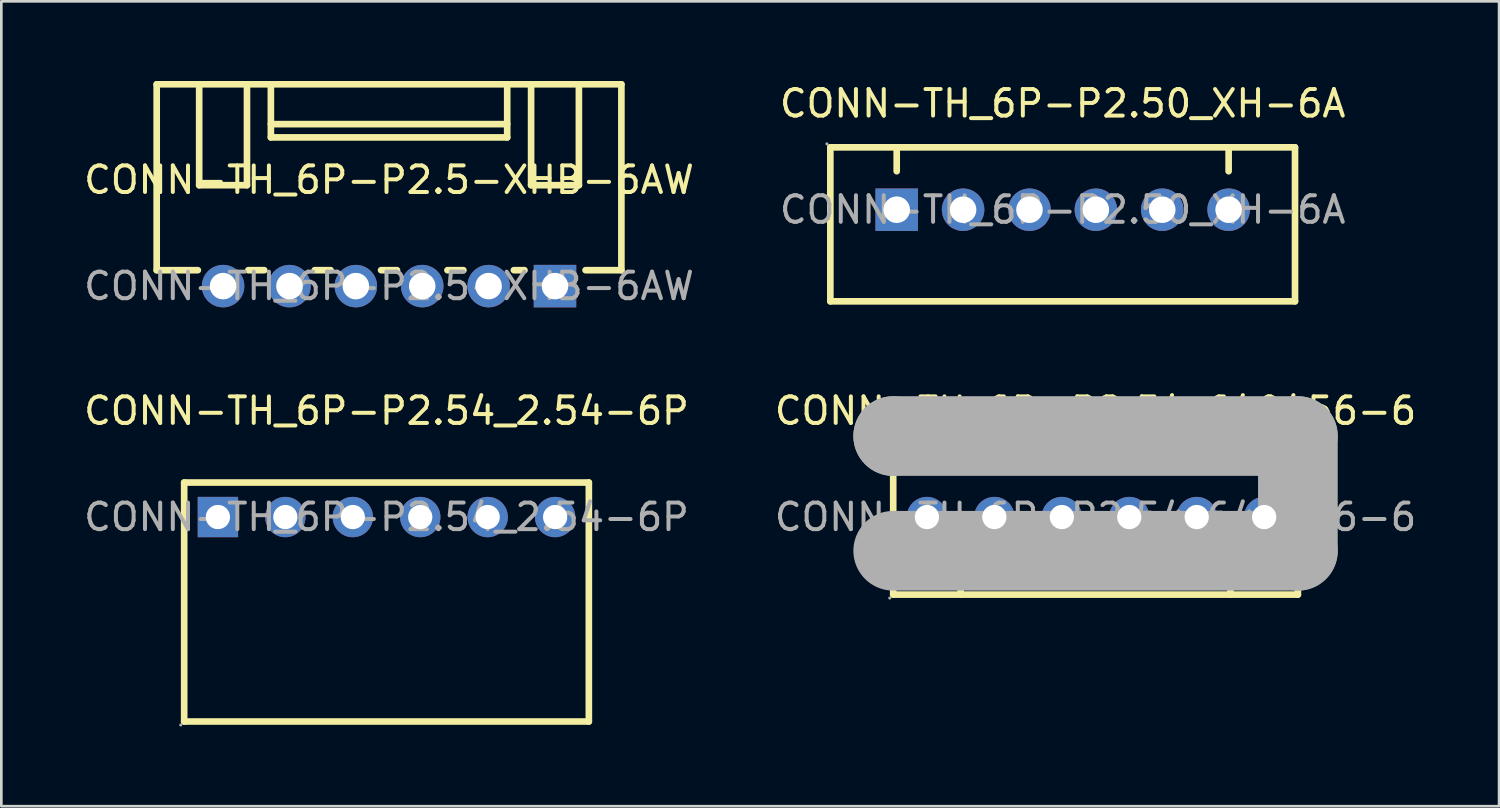
<source format=kicad_pcb>
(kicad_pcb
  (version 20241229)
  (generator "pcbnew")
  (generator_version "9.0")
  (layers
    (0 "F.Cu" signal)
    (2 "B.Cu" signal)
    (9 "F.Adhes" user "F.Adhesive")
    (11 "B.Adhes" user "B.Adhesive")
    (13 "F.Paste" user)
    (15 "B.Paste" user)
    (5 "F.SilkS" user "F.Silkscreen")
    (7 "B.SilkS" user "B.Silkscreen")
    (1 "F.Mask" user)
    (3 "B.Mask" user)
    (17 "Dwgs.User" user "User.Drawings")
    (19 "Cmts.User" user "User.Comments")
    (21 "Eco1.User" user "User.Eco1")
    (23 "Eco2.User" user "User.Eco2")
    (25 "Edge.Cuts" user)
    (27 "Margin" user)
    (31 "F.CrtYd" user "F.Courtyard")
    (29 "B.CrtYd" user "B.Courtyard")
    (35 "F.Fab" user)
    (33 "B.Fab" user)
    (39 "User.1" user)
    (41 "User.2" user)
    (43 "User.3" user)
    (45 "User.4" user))
  (footprint "CONN-TH_6P-P2.5-XHB-6AW"
    (layer "F.Cu")
    (at 11.601 7.725)
    (property "Reference" "CONN-TH_6P-P2.5-XHB-6AW" (at 0 -4 0) (layer "F.SilkS") (effects (font (size 1 1) (thickness 0.15))))
    (attr through_hole)
    (fp_line (start -8.75 -0.6) (end -8.75 -7.6) (stroke (width 0.25) (type solid)) (layer "F.SilkS"))
    (fp_line (start -8.75 -0.6) (end -7.2 -0.6) (stroke (width 0.25) (type solid)) (layer "F.SilkS"))
    (fp_line (start -7.15 -7.6) (end -7.15 -3.8) (stroke (width 0.25) (type solid)) (layer "F.SilkS"))
    (fp_line (start -7.15 -3.8) (end -5.35 -3.8) (stroke (width 0.25) (type solid)) (layer "F.SilkS"))
    (fp_line (start -5.35 -7.6) (end -5.35 -3.8) (stroke (width 0.25) (type solid)) (layer "F.SilkS"))
    (fp_line (start -5.3 -0.6) (end -4.7 -0.6) (stroke (width 0.25) (type solid)) (layer "F.SilkS"))
    (fp_line (start -4.45 -6.1) (end 4.45 -6.1) (stroke (width 0.25) (type solid)) (layer "F.SilkS"))
    (fp_line (start -4.45 -5.6) (end -4.45 -7.6) (stroke (width 0.25) (type solid)) (layer "F.SilkS"))
    (fp_line (start -4.45 -5.6) (end 4.45 -5.6) (stroke (width 0.25) (type solid)) (layer "F.SilkS"))
    (fp_line (start -2.8 -0.6) (end -2.2 -0.6) (stroke (width 0.25) (type solid)) (layer "F.SilkS"))
    (fp_line (start -0.3 -0.6) (end 0.3 -0.6) (stroke (width 0.25) (type solid)) (layer "F.SilkS"))
    (fp_line (start 2.2 -0.6) (end 2.8 -0.6) (stroke (width 0.25) (type solid)) (layer "F.SilkS"))
    (fp_line (start 4.45 -5.6) (end 4.45 -7.6) (stroke (width 0.25) (type solid)) (layer "F.SilkS"))
    (fp_line (start 4.7 -0.6) (end 5.1 -0.6) (stroke (width 0.25) (type solid)) (layer "F.SilkS"))
    (fp_line (start 5.35 -7.6) (end 5.35 -3.8) (stroke (width 0.25) (type solid)) (layer "F.SilkS"))
    (fp_line (start 5.35 -3.8) (end 7.15 -3.8) (stroke (width 0.25) (type solid)) (layer "F.SilkS"))
    (fp_line (start 7.15 -7.6) (end 7.15 -3.8) (stroke (width 0.25) (type solid)) (layer "F.SilkS"))
    (fp_line (start 7.4 -0.6) (end 8.75 -0.6) (stroke (width 0.25) (type solid)) (layer "F.SilkS"))
    (fp_line (start 8.75 -7.6) (end -8.75 -7.6) (stroke (width 0.25) (type solid)) (layer "F.SilkS"))
    (fp_line (start 8.75 -0.6) (end 8.75 -7.6) (stroke (width 0.25) (type solid)) (layer "F.SilkS"))
    (fp_circle (center 8.75 0.32) (end 8.78 0.32) (stroke (width 0.06) (type solid)) (fill no) (layer "F.Fab"))
    (fp_text user "${REFERENCE}" (at 0 0 0) (layer "F.Fab") (effects (font (size 1 1) (thickness 0.15))))
    (pad "1" thru_hole rect (at 6.25 0) (size 1.6 1.6) (drill 1) (layers "*.Cu" "*.Paste" "*.Mask"))
    (pad "2" thru_hole circle (at 3.75 0) (size 1.6 1.6) (drill 1) (layers "*.Cu" "*.Paste" "*.Mask"))
    (pad "3" thru_hole circle (at 1.25 0) (size 1.6 1.6) (drill 1) (layers "*.Cu" "*.Paste" "*.Mask"))
    (pad "4" thru_hole circle (at -1.25 0) (size 1.6 1.6) (drill 1) (layers "*.Cu" "*.Paste" "*.Mask"))
    (pad "5" thru_hole circle (at -3.75 0) (size 1.6 1.6) (drill 1) (layers "*.Cu" "*.Paste" "*.Mask"))
    (pad "6" thru_hole circle (at -6.25 0) (size 1.6 1.6) (drill 1) (layers "*.Cu" "*.Paste" "*.Mask")))
  (footprint "CONN-TH_6P-P2.54_640456-6"
    (layer "F.Cu")
    (at 38.208 16.422)
    (property "Reference" "CONN-TH_6P-P2.54_640456-6" (at 0 -4 0) (layer "F.SilkS") (effects (font (size 1 1) (thickness 0.15))))
    (attr through_hole)
    (fp_line (start -7.62 -3.05) (end -7.62 1.27) (stroke (width 0.25) (type solid)) (layer "F.SilkS"))
    (fp_line (start -7.62 1.27) (end -7.62 2.92) (stroke (width 0.25) (type solid)) (layer "F.SilkS"))
    (fp_line (start -7.62 2.92) (end 7.62 2.92) (stroke (width 0.25) (type solid)) (layer "F.SilkS"))
    (fp_line (start -5.08 1.27) (end -5.08 2.92) (stroke (width 0.25) (type solid)) (layer "F.SilkS"))
    (fp_line (start 5.08 1.27) (end 5.08 2.92) (stroke (width 0.25) (type solid)) (layer "F.SilkS"))
    (fp_line (start 7.62 -3.05) (end -7.62 -3.05) (stroke (width 0.25) (type solid)) (layer "F.SilkS"))
    (fp_line (start 7.62 2.92) (end 7.62 -3.05) (stroke (width 0.25) (type solid)) (layer "F.SilkS"))
    (fp_line (start -7.62 -3.05) (end -7.62 -3.05) (stroke (width 3) (type solid)) (layer "F.Fab"))
    (fp_line (start -7.62 -3.05) (end 7.62 -3.05) (stroke (width 3) (type solid)) (layer "F.Fab"))
    (fp_line (start 7.62 -3.05) (end 7.62 1.27) (stroke (width 3) (type solid)) (layer "F.Fab"))
    (fp_line (start 7.62 1.27) (end -7.62 1.27) (stroke (width 3) (type solid)) (layer "F.Fab"))
    (fp_circle (center -7.75 3.05) (end -7.72 3.05) (stroke (width 0.06) (type solid)) (fill no) (layer "F.Fab"))
    (fp_circle (center -6.35 0) (end -6.17 0) (stroke (width 0.36) (type solid)) (fill no) (layer "F.Fab"))
    (fp_circle (center -3.81 0) (end -3.63 0) (stroke (width 0.36) (type solid)) (fill no) (layer "F.Fab"))
    (fp_circle (center -1.27 0) (end -1.09 0) (stroke (width 0.36) (type solid)) (fill no) (layer "F.Fab"))
    (fp_circle (center 1.27 0) (end 1.45 0) (stroke (width 0.36) (type solid)) (fill no) (layer "F.Fab"))
    (fp_circle (center 3.81 0) (end 3.99 0) (stroke (width 0.36) (type solid)) (fill no) (layer "F.Fab"))
    (fp_circle (center 6.35 0) (end 6.53 0) (stroke (width 0.36) (type solid)) (fill no) (layer "F.Fab"))
    (fp_text user "${REFERENCE}" (at 0 0 0) (layer "F.Fab") (effects (font (size 1 1) (thickness 0.15))))
    (pad "1" thru_hole circle (at -6.35 0 90) (size 1.52 1.52) (drill 0.914) (layers "*.Cu" "*.Paste" "*.Mask"))
    (pad "2" thru_hole circle (at -3.81 0 90) (size 1.52 1.52) (drill 0.914) (layers "*.Cu" "*.Paste" "*.Mask"))
    (pad "3" thru_hole circle (at -1.27 0 90) (size 1.52 1.52) (drill 0.914) (layers "*.Cu" "*.Paste" "*.Mask"))
    (pad "4" thru_hole circle (at 1.27 0 90) (size 1.52 1.52) (drill 0.914) (layers "*.Cu" "*.Paste" "*.Mask"))
    (pad "5" thru_hole circle (at 3.81 0 90) (size 1.52 1.52) (drill 0.914) (layers "*.Cu" "*.Paste" "*.Mask"))
    (pad "6" thru_hole circle (at 6.35 0 90) (size 1.52 1.52) (drill 0.914) (layers "*.Cu" "*.Paste" "*.Mask")))
  (footprint "CONN-TH_6P-P2.50_XH-6A"
    (layer "F.Cu")
    (at 36.97 4.848)
    (property "Reference" "CONN-TH_6P-P2.50_XH-6A" (at 0 -4 0) (layer "F.SilkS") (effects (font (size 1 1) (thickness 0.15))))
    (attr through_hole)
    (fp_line (start -8.75 -2.35) (end -8.75 3.45) (stroke (width 0.25) (type solid)) (layer "F.SilkS"))
    (fp_line (start -8.75 3.45) (end 8.75 3.45) (stroke (width 0.25) (type solid)) (layer "F.SilkS"))
    (fp_line (start -6.25 -1.45) (end -6.25 -2.35) (stroke (width 0.25) (type solid)) (layer "F.SilkS"))
    (fp_line (start 6.25 -1.45) (end 6.25 -2.35) (stroke (width 0.25) (type solid)) (layer "F.SilkS"))
    (fp_line (start 8.75 -2.35) (end -8.75 -2.35) (stroke (width 0.25) (type solid)) (layer "F.SilkS"))
    (fp_line (start 8.75 -2.35) (end 8.75 3.45) (stroke (width 0.25) (type solid)) (layer "F.SilkS"))
    (fp_circle (center -8.88 -2.48) (end -8.85 -2.48) (stroke (width 0.06) (type solid)) (fill no) (layer "F.Fab"))
    (fp_circle (center -6.25 0) (end -6.05 0) (stroke (width 0.4) (type solid)) (fill no) (layer "F.Fab"))
    (fp_circle (center -3.75 0) (end -3.55 0) (stroke (width 0.4) (type solid)) (fill no) (layer "F.Fab"))
    (fp_circle (center -1.25 0) (end -1.05 0) (stroke (width 0.4) (type solid)) (fill no) (layer "F.Fab"))
    (fp_circle (center 1.25 0) (end 1.45 0) (stroke (width 0.4) (type solid)) (fill no) (layer "F.Fab"))
    (fp_circle (center 3.75 0) (end 3.95 0) (stroke (width 0.4) (type solid)) (fill no) (layer "F.Fab"))
    (fp_circle (center 6.25 0) (end 6.45 0) (stroke (width 0.4) (type solid)) (fill no) (layer "F.Fab"))
    (fp_text user "${REFERENCE}" (at 0 0 0) (layer "F.Fab") (effects (font (size 1 1) (thickness 0.15))))
    (pad "1" thru_hole rect (at -6.25 0 180) (size 1.6 1.6) (drill 1) (layers "*.Cu" "*.Paste" "*.Mask"))
    (pad "2" thru_hole circle (at -3.75 0 180) (size 1.6 1.6) (drill 1) (layers "*.Cu" "*.Paste" "*.Mask"))
    (pad "3" thru_hole circle (at -1.25 0 180) (size 1.6 1.6) (drill 1) (layers "*.Cu" "*.Paste" "*.Mask"))
    (pad "4" thru_hole circle (at 1.25 0 180) (size 1.6 1.6) (drill 1) (layers "*.Cu" "*.Paste" "*.Mask"))
    (pad "5" thru_hole circle (at 3.75 0 180) (size 1.6 1.6) (drill 1) (layers "*.Cu" "*.Paste" "*.Mask"))
    (pad "6" thru_hole circle (at 6.25 0 180) (size 1.6 1.6) (drill 1) (layers "*.Cu" "*.Paste" "*.Mask")))
  (footprint "CONN-TH_6P-P2.54_2.54-6P"
    (layer "F.Cu")
    (at 11.506 16.422)
    (property "Reference" "CONN-TH_6P-P2.54_2.54-6P" (at 0 -4 0) (layer "F.SilkS") (effects (font (size 1 1) (thickness 0.15))))
    (attr through_hole)
    (fp_line (start -7.62 -1.3) (end -7.62 7.7) (stroke (width 0.25) (type solid)) (layer "F.SilkS"))
    (fp_line (start -7.62 -1.3) (end 7.62 -1.3) (stroke (width 0.25) (type solid)) (layer "F.SilkS"))
    (fp_line (start -7.62 7.7) (end 7.62 7.7) (stroke (width 0.25) (type solid)) (layer "F.SilkS"))
    (fp_line (start 7.62 -1.3) (end 7.62 7.7) (stroke (width 0.25) (type solid)) (layer "F.SilkS"))
    (fp_circle (center -7.75 7.83) (end -7.72 7.83) (stroke (width 0.06) (type solid)) (fill no) (layer "F.Fab"))
    (fp_circle (center -6.35 0) (end -6.17 0) (stroke (width 0.36) (type solid)) (fill no) (layer "F.Fab"))
    (fp_circle (center -3.81 0) (end -3.63 0) (stroke (width 0.36) (type solid)) (fill no) (layer "F.Fab"))
    (fp_circle (center -1.27 0) (end -1.09 0) (stroke (width 0.36) (type solid)) (fill no) (layer "F.Fab"))
    (fp_circle (center 1.27 0) (end 1.45 0) (stroke (width 0.36) (type solid)) (fill no) (layer "F.Fab"))
    (fp_circle (center 3.81 0) (end 3.99 0) (stroke (width 0.36) (type solid)) (fill no) (layer "F.Fab"))
    (fp_circle (center 6.35 0) (end 6.53 0) (stroke (width 0.36) (type solid)) (fill no) (layer "F.Fab"))
    (fp_text user "${REFERENCE}" (at 0 0 0) (layer "F.Fab") (effects (font (size 1 1) (thickness 0.15))))
    (pad "1" thru_hole rect (at -6.35 0) (size 1.52 1.52) (drill 0.914) (layers "*.Cu" "*.Paste" "*.Mask"))
    (pad "2" thru_hole circle (at -3.81 0) (size 1.52 1.52) (drill 0.914) (layers "*.Cu" "*.Paste" "*.Mask"))
    (pad "3" thru_hole circle (at -1.27 0) (size 1.52 1.52) (drill 0.914) (layers "*.Cu" "*.Paste" "*.Mask"))
    (pad "4" thru_hole circle (at 1.27 0) (size 1.52 1.52) (drill 0.914) (layers "*.Cu" "*.Paste" "*.Mask"))
    (pad "5" thru_hole circle (at 3.81 0) (size 1.52 1.52) (drill 0.914) (layers "*.Cu" "*.Paste" "*.Mask"))
    (pad "6" thru_hole circle (at 6.35 0) (size 1.52 1.52) (drill 0.914) (layers "*.Cu" "*.Paste" "*.Mask")))
  (gr_rect
    (start -3 -3)
    (end 53.405 27.311)
    (stroke (width 0.1) (type default))
    (fill no)
    (layer "Edge.Cuts")))
</source>
